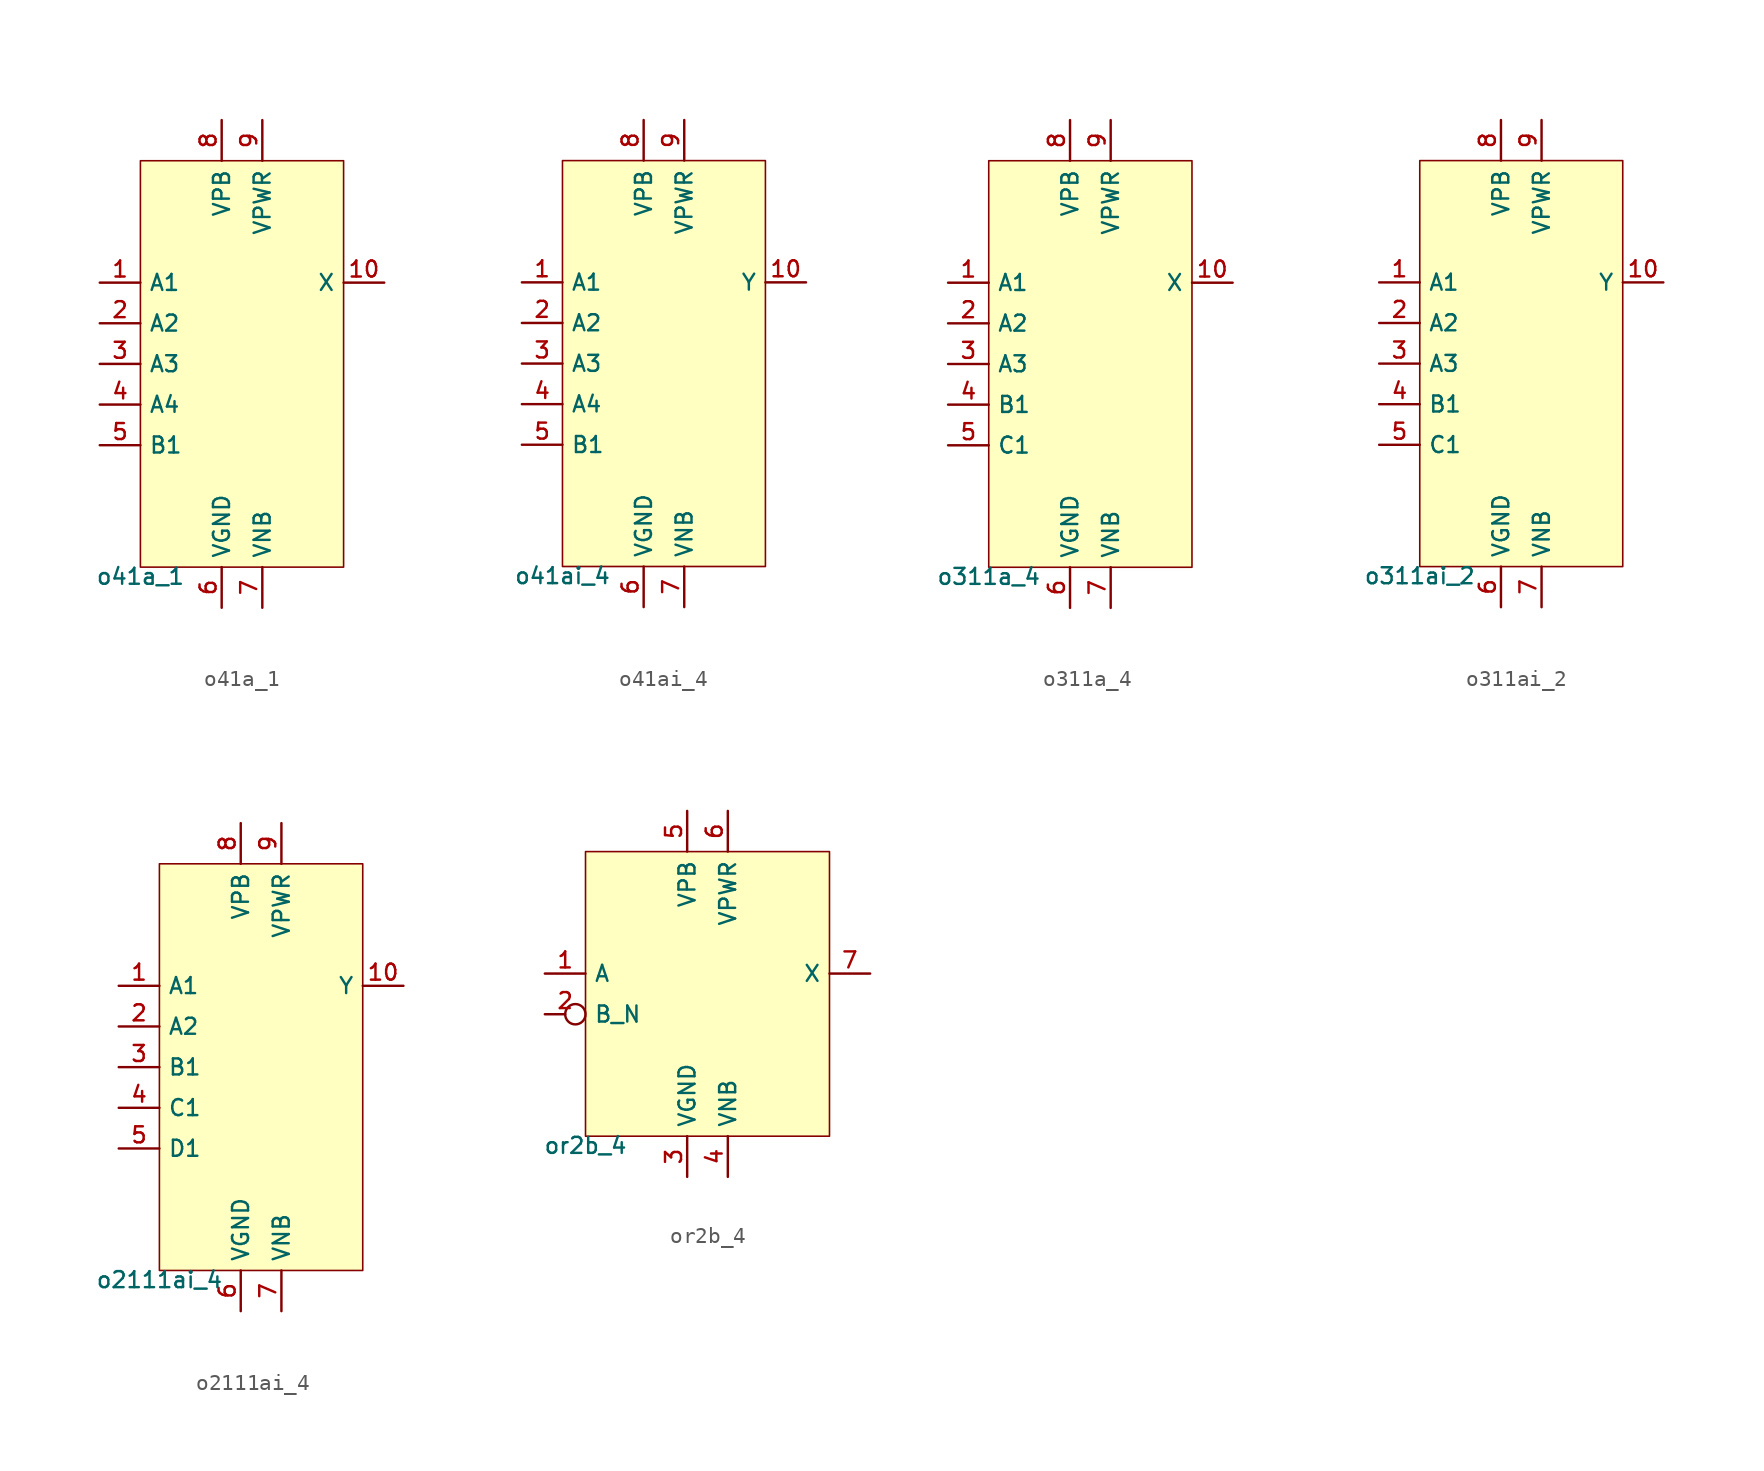
<source format=kicad_sym>
(kicad_symbol_lib
  (version 20211014)
  (generator pdk2kicad)
  (symbol "o41a_1"
    (property "Reference" "X"
      (at 0 0 0)
      (effects (font (size 1 1)) hide))
    (property "Value" "o41a_1"
      (at -6.35 -12.7 0)
      (effects (font (size 1 1)) (justify top)))
    (rectangle
      (start -6.35 -12.7)
      (end 6.35 12.7)
      (stroke (width 0.1) (type solid) (color 0 0 0 0))
      (fill (type background)))
    (pin input line
      (at -8.89 5.08 0)
      (length 2.54)
      (name "A1" (effects (font (size 1 1)) hide))
      (number "1" (effects (font (size 1 1)) hide)))
    (pin input line
      (at -8.89 2.54 0)
      (length 2.54)
      (name "A2" (effects (font (size 1 1)) hide))
      (number "2" (effects (font (size 1 1)) hide)))
    (pin input line
      (at -8.89 -8.881784197001252e-16 0)
      (length 2.54)
      (name "A3" (effects (font (size 1 1)) hide))
      (number "3" (effects (font (size 1 1)) hide)))
    (pin input line
      (at -8.89 -2.54 0)
      (length 2.54)
      (name "A4" (effects (font (size 1 1)) hide))
      (number "4" (effects (font (size 1 1)) hide)))
    (pin input line
      (at -8.89 -5.08 0)
      (length 2.54)
      (name "B1" (effects (font (size 1 1)) hide))
      (number "5" (effects (font (size 1 1)) hide)))
    (pin power_in line
      (at -1.27 -15.24 90)
      (length 2.54)
      (name "VGND" (effects (font (size 1 1)) hide))
      (number "6" (effects (font (size 1 1)) hide)))
    (pin power_in line
      (at 1.27 -15.24 90)
      (length 2.54)
      (name "VNB" (effects (font (size 1 1)) hide))
      (number "7" (effects (font (size 1 1)) hide)))
    (pin power_in line
      (at -1.27 15.24 270)
      (length 2.54)
      (name "VPB" (effects (font (size 1 1)) hide))
      (number "8" (effects (font (size 1 1)) hide)))
    (pin power_in line
      (at 1.27 15.24 270)
      (length 2.54)
      (name "VPWR" (effects (font (size 1 1)) hide))
      (number "9" (effects (font (size 1 1)) hide)))
    (pin output line
      (at 8.89 5.08 180)
      (length 2.54)
      (name "X" (effects (font (size 1 1)) hide))
      (number "10" (effects (font (size 1 1)) hide))))
  (symbol "o41ai_4"
    (property "Reference" "X"
      (at 0 0 0)
      (effects (font (size 1 1)) hide))
    (property "Value" "o41ai_4"
      (at -6.35 -12.7 0)
      (effects (font (size 1 1)) (justify top)))
    (rectangle
      (start -6.35 -12.7)
      (end 6.35 12.7)
      (stroke (width 0.1) (type solid) (color 0 0 0 0))
      (fill (type background)))
    (pin input line
      (at -8.89 5.08 0)
      (length 2.54)
      (name "A1" (effects (font (size 1 1)) hide))
      (number "1" (effects (font (size 1 1)) hide)))
    (pin input line
      (at -8.89 2.54 0)
      (length 2.54)
      (name "A2" (effects (font (size 1 1)) hide))
      (number "2" (effects (font (size 1 1)) hide)))
    (pin input line
      (at -8.89 -8.881784197001252e-16 0)
      (length 2.54)
      (name "A3" (effects (font (size 1 1)) hide))
      (number "3" (effects (font (size 1 1)) hide)))
    (pin input line
      (at -8.89 -2.54 0)
      (length 2.54)
      (name "A4" (effects (font (size 1 1)) hide))
      (number "4" (effects (font (size 1 1)) hide)))
    (pin input line
      (at -8.89 -5.08 0)
      (length 2.54)
      (name "B1" (effects (font (size 1 1)) hide))
      (number "5" (effects (font (size 1 1)) hide)))
    (pin power_in line
      (at -1.27 -15.24 90)
      (length 2.54)
      (name "VGND" (effects (font (size 1 1)) hide))
      (number "6" (effects (font (size 1 1)) hide)))
    (pin power_in line
      (at 1.27 -15.24 90)
      (length 2.54)
      (name "VNB" (effects (font (size 1 1)) hide))
      (number "7" (effects (font (size 1 1)) hide)))
    (pin power_in line
      (at -1.27 15.24 270)
      (length 2.54)
      (name "VPB" (effects (font (size 1 1)) hide))
      (number "8" (effects (font (size 1 1)) hide)))
    (pin power_in line
      (at 1.27 15.24 270)
      (length 2.54)
      (name "VPWR" (effects (font (size 1 1)) hide))
      (number "9" (effects (font (size 1 1)) hide)))
    (pin output line
      (at 8.89 5.08 180)
      (length 2.54)
      (name "Y" (effects (font (size 1 1)) hide))
      (number "10" (effects (font (size 1 1)) hide))))
  (symbol "o311a_4"
    (property "Reference" "X"
      (at 0 0 0)
      (effects (font (size 1 1)) hide))
    (property "Value" "o311a_4"
      (at -6.35 -12.7 0)
      (effects (font (size 1 1)) (justify top)))
    (rectangle
      (start -6.35 -12.7)
      (end 6.35 12.7)
      (stroke (width 0.1) (type solid) (color 0 0 0 0))
      (fill (type background)))
    (pin input line
      (at -8.89 5.08 0)
      (length 2.54)
      (name "A1" (effects (font (size 1 1)) hide))
      (number "1" (effects (font (size 1 1)) hide)))
    (pin input line
      (at -8.89 2.54 0)
      (length 2.54)
      (name "A2" (effects (font (size 1 1)) hide))
      (number "2" (effects (font (size 1 1)) hide)))
    (pin input line
      (at -8.89 -8.881784197001252e-16 0)
      (length 2.54)
      (name "A3" (effects (font (size 1 1)) hide))
      (number "3" (effects (font (size 1 1)) hide)))
    (pin input line
      (at -8.89 -2.54 0)
      (length 2.54)
      (name "B1" (effects (font (size 1 1)) hide))
      (number "4" (effects (font (size 1 1)) hide)))
    (pin input line
      (at -8.89 -5.08 0)
      (length 2.54)
      (name "C1" (effects (font (size 1 1)) hide))
      (number "5" (effects (font (size 1 1)) hide)))
    (pin power_in line
      (at -1.27 -15.24 90)
      (length 2.54)
      (name "VGND" (effects (font (size 1 1)) hide))
      (number "6" (effects (font (size 1 1)) hide)))
    (pin power_in line
      (at 1.27 -15.24 90)
      (length 2.54)
      (name "VNB" (effects (font (size 1 1)) hide))
      (number "7" (effects (font (size 1 1)) hide)))
    (pin power_in line
      (at -1.27 15.24 270)
      (length 2.54)
      (name "VPB" (effects (font (size 1 1)) hide))
      (number "8" (effects (font (size 1 1)) hide)))
    (pin power_in line
      (at 1.27 15.24 270)
      (length 2.54)
      (name "VPWR" (effects (font (size 1 1)) hide))
      (number "9" (effects (font (size 1 1)) hide)))
    (pin output line
      (at 8.89 5.08 180)
      (length 2.54)
      (name "X" (effects (font (size 1 1)) hide))
      (number "10" (effects (font (size 1 1)) hide))))
  (symbol "o311ai_2"
    (property "Reference" "X"
      (at 0 0 0)
      (effects (font (size 1 1)) hide))
    (property "Value" "o311ai_2"
      (at -6.35 -12.7 0)
      (effects (font (size 1 1)) (justify top)))
    (rectangle
      (start -6.35 -12.7)
      (end 6.35 12.7)
      (stroke (width 0.1) (type solid) (color 0 0 0 0))
      (fill (type background)))
    (pin input line
      (at -8.89 5.08 0)
      (length 2.54)
      (name "A1" (effects (font (size 1 1)) hide))
      (number "1" (effects (font (size 1 1)) hide)))
    (pin input line
      (at -8.89 2.54 0)
      (length 2.54)
      (name "A2" (effects (font (size 1 1)) hide))
      (number "2" (effects (font (size 1 1)) hide)))
    (pin input line
      (at -8.89 -8.881784197001252e-16 0)
      (length 2.54)
      (name "A3" (effects (font (size 1 1)) hide))
      (number "3" (effects (font (size 1 1)) hide)))
    (pin input line
      (at -8.89 -2.54 0)
      (length 2.54)
      (name "B1" (effects (font (size 1 1)) hide))
      (number "4" (effects (font (size 1 1)) hide)))
    (pin input line
      (at -8.89 -5.08 0)
      (length 2.54)
      (name "C1" (effects (font (size 1 1)) hide))
      (number "5" (effects (font (size 1 1)) hide)))
    (pin power_in line
      (at -1.27 -15.24 90)
      (length 2.54)
      (name "VGND" (effects (font (size 1 1)) hide))
      (number "6" (effects (font (size 1 1)) hide)))
    (pin power_in line
      (at 1.27 -15.24 90)
      (length 2.54)
      (name "VNB" (effects (font (size 1 1)) hide))
      (number "7" (effects (font (size 1 1)) hide)))
    (pin power_in line
      (at -1.27 15.24 270)
      (length 2.54)
      (name "VPB" (effects (font (size 1 1)) hide))
      (number "8" (effects (font (size 1 1)) hide)))
    (pin power_in line
      (at 1.27 15.24 270)
      (length 2.54)
      (name "VPWR" (effects (font (size 1 1)) hide))
      (number "9" (effects (font (size 1 1)) hide)))
    (pin output line
      (at 8.89 5.08 180)
      (length 2.54)
      (name "Y" (effects (font (size 1 1)) hide))
      (number "10" (effects (font (size 1 1)) hide))))
  (symbol "o2111ai_4"
    (property "Reference" "X"
      (at 0 0 0)
      (effects (font (size 1 1)) hide))
    (property "Value" "o2111ai_4"
      (at -6.35 -12.7 0)
      (effects (font (size 1 1)) (justify top)))
    (rectangle
      (start -6.35 -12.7)
      (end 6.35 12.7)
      (stroke (width 0.1) (type solid) (color 0 0 0 0))
      (fill (type background)))
    (pin input line
      (at -8.89 5.08 0)
      (length 2.54)
      (name "A1" (effects (font (size 1 1)) hide))
      (number "1" (effects (font (size 1 1)) hide)))
    (pin input line
      (at -8.89 2.54 0)
      (length 2.54)
      (name "A2" (effects (font (size 1 1)) hide))
      (number "2" (effects (font (size 1 1)) hide)))
    (pin input line
      (at -8.89 -8.881784197001252e-16 0)
      (length 2.54)
      (name "B1" (effects (font (size 1 1)) hide))
      (number "3" (effects (font (size 1 1)) hide)))
    (pin input line
      (at -8.89 -2.54 0)
      (length 2.54)
      (name "C1" (effects (font (size 1 1)) hide))
      (number "4" (effects (font (size 1 1)) hide)))
    (pin input line
      (at -8.89 -5.08 0)
      (length 2.54)
      (name "D1" (effects (font (size 1 1)) hide))
      (number "5" (effects (font (size 1 1)) hide)))
    (pin power_in line
      (at -1.27 -15.24 90)
      (length 2.54)
      (name "VGND" (effects (font (size 1 1)) hide))
      (number "6" (effects (font (size 1 1)) hide)))
    (pin power_in line
      (at 1.27 -15.24 90)
      (length 2.54)
      (name "VNB" (effects (font (size 1 1)) hide))
      (number "7" (effects (font (size 1 1)) hide)))
    (pin power_in line
      (at -1.27 15.24 270)
      (length 2.54)
      (name "VPB" (effects (font (size 1 1)) hide))
      (number "8" (effects (font (size 1 1)) hide)))
    (pin power_in line
      (at 1.27 15.24 270)
      (length 2.54)
      (name "VPWR" (effects (font (size 1 1)) hide))
      (number "9" (effects (font (size 1 1)) hide)))
    (pin output line
      (at 8.89 5.08 180)
      (length 2.54)
      (name "Y" (effects (font (size 1 1)) hide))
      (number "10" (effects (font (size 1 1)) hide))))
  (symbol "or2b_4"
    (property "Reference" "X"
      (at 0 0 0)
      (effects (font (size 1 1)) hide))
    (property "Value" "or2b_4"
      (at -7.62 -8.89 0)
      (effects (font (size 1 1)) (justify top)))
    (rectangle
      (start -7.62 -8.89)
      (end 7.62 8.89)
      (stroke (width 0.1) (type solid) (color 0 0 0 0))
      (fill (type background)))
    (pin input line
      (at -10.16 1.27 0)
      (length 2.54)
      (name "A" (effects (font (size 1 1)) hide))
      (number "1" (effects (font (size 1 1)) hide)))
    (pin input inverted
      (at -10.16 -1.27 0)
      (length 2.54)
      (name "B_N" (effects (font (size 1 1)) hide))
      (number "2" (effects (font (size 1 1)) hide)))
    (pin power_in line
      (at -1.27 -11.43 90)
      (length 2.54)
      (name "VGND" (effects (font (size 1 1)) hide))
      (number "3" (effects (font (size 1 1)) hide)))
    (pin power_in line
      (at 1.27 -11.43 90)
      (length 2.54)
      (name "VNB" (effects (font (size 1 1)) hide))
      (number "4" (effects (font (size 1 1)) hide)))
    (pin power_in line
      (at -1.27 11.43 270)
      (length 2.54)
      (name "VPB" (effects (font (size 1 1)) hide))
      (number "5" (effects (font (size 1 1)) hide)))
    (pin power_in line
      (at 1.27 11.43 270)
      (length 2.54)
      (name "VPWR" (effects (font (size 1 1)) hide))
      (number "6" (effects (font (size 1 1)) hide)))
    (pin output line
      (at 10.16 1.27 180)
      (length 2.54)
      (name "X" (effects (font (size 1 1)) hide))
      (number "7" (effects (font (size 1 1)) hide)))))
</source>
